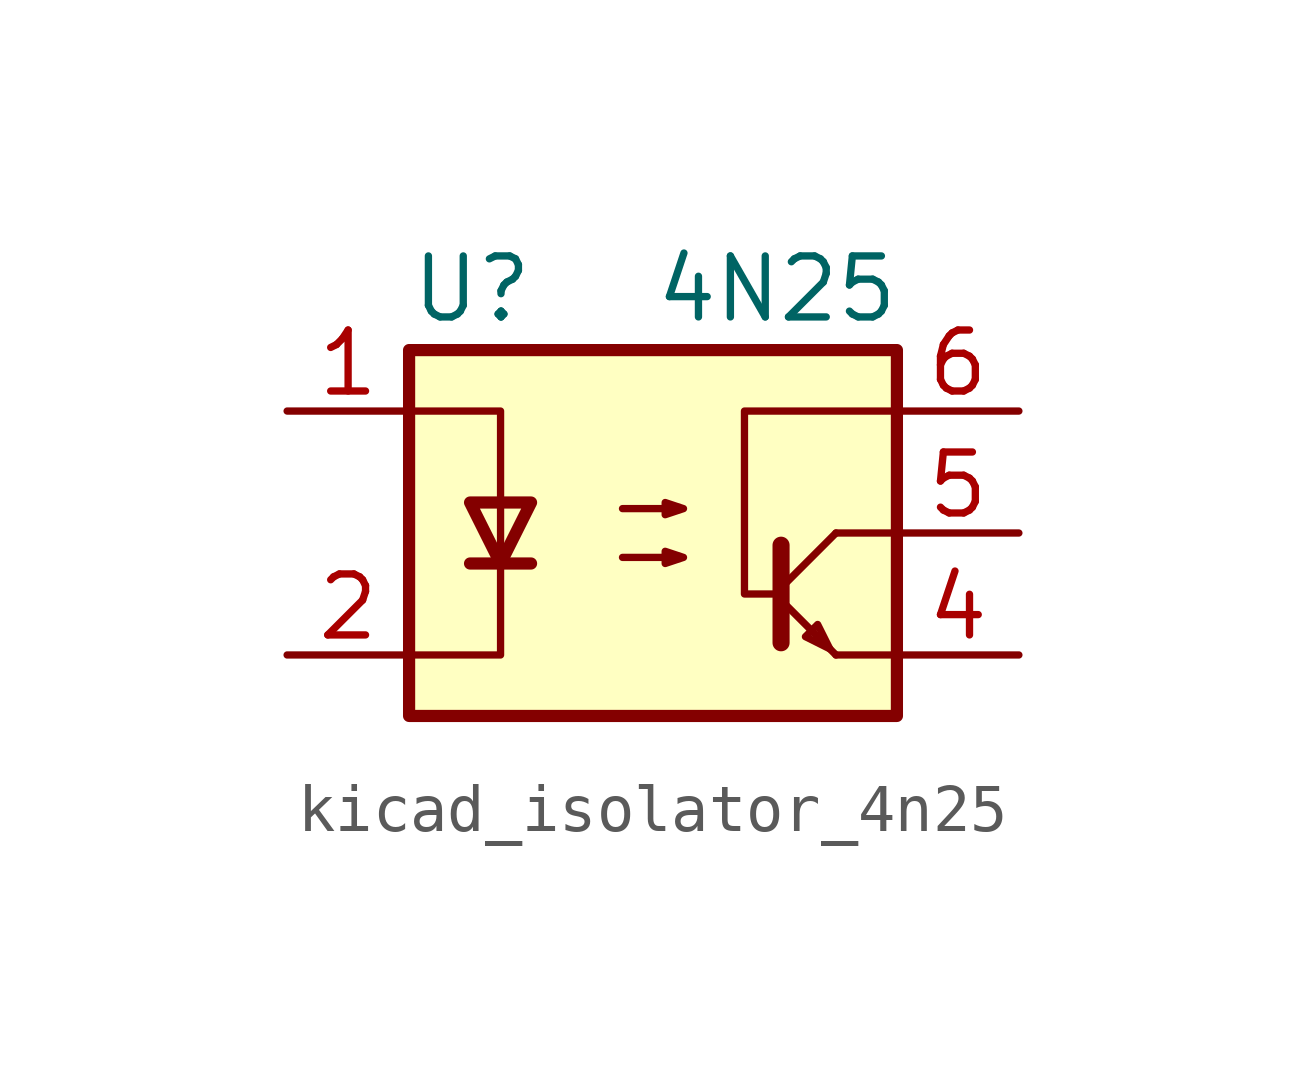
<source format=kicad_sym>
(kicad_symbol_lib
  (version 20220914)
  (generator kicad_symbol_editor)
  (symbol "kicad_isolator_4n25"
    (pin_names
      (offset 1.016))
    (property "Reference" "U"
      (at -5.08 5.08 0)
      (effects (font (size 1.27 1.27)) (justify left)))
    (property "Value" "4N25"
      (at 0 5.08 0)
      (effects (font (size 1.27 1.27)) (justify left)))
    (symbol "kicad_isolator_4n25_0_1"
      (rectangle (start -5.08 3.81) (end 5.08 -3.81) (stroke (width 0.254) (type default)) (fill (type background)))
      (polyline (pts (xy -3.81 -0.635) (xy -2.54 -0.635)) (stroke (width 0.254) (type default)) (fill (type none)))
      (polyline (pts (xy 2.667 -1.397) (xy 3.81 -2.54)) (stroke (width 0) (type default)) (fill (type none)))
      (polyline (pts (xy 2.667 -1.143) (xy 3.81 0)) (stroke (width 0) (type default)) (fill (type none)))
      (polyline (pts (xy 3.81 -2.54) (xy 5.08 -2.54)) (stroke (width 0) (type default)) (fill (type none)))
      (polyline (pts (xy 3.81 0) (xy 5.08 0)) (stroke (width 0) (type default)) (fill (type none)))
      (polyline (pts (xy 2.667 -0.254) (xy 2.667 -2.286) (xy 2.667 -2.286)) (stroke (width 0.356) (type default)) (fill (type none)))
      (polyline (pts (xy -5.08 -2.54) (xy -3.175 -2.54) (xy -3.175 2.54) (xy -5.08 2.54)) (stroke (width 0) (type default)) (fill (type none)))
      (polyline (pts (xy -3.175 -0.635) (xy -3.81 0.635) (xy -2.54 0.635) (xy -3.175 -0.635)) (stroke (width 0.254) (type default)) (fill (type none)))
      (polyline (pts (xy 3.683 -2.413) (xy 3.429 -1.905) (xy 3.175 -2.159) (xy 3.683 -2.413)) (stroke (width 0) (type default)) (fill (type none)))
      (polyline (pts (xy 5.08 2.54) (xy 1.905 2.54) (xy 1.905 -1.27) (xy 2.54 -1.27)) (stroke (width 0) (type default)) (fill (type none)))
      (polyline (pts (xy -0.635 -0.508) (xy 0.635 -0.508) (xy 0.254 -0.635) (xy 0.254 -0.381) (xy 0.635 -0.508)) (stroke (width 0) (type default)) (fill (type none)))
      (polyline (pts (xy -0.635 0.508) (xy 0.635 0.508) (xy 0.254 0.381) (xy 0.254 0.635) (xy 0.635 0.508)) (stroke (width 0) (type default)) (fill (type none))))
    (symbol "kicad_isolator_4n25_1_1"
      (pin passive line (at -7.62 2.54 0) (length 2.54) (name "~" (effects (font (size 1.27 1.27)))) (number "1" (effects (font (size 1.27 1.27)))))
      (pin passive line (at -7.62 -2.54 0) (length 2.54) (name "~" (effects (font (size 1.27 1.27)))) (number "2" (effects (font (size 1.27 1.27)))))
      (pin no_connect line (at -5.08 0 0) (length 2.54) hide (name "NC" (effects (font (size 1.27 1.27)))) (number "3" (effects (font (size 1.27 1.27)))))
      (pin passive line (at 7.62 -2.54 180) (length 2.54) (name "~" (effects (font (size 1.27 1.27)))) (number "4" (effects (font (size 1.27 1.27)))))
      (pin passive line (at 7.62 0 180) (length 2.54) (name "~" (effects (font (size 1.27 1.27)))) (number "5" (effects (font (size 1.27 1.27)))))
      (pin passive line (at 7.62 2.54 180) (length 2.54) (name "~" (effects (font (size 1.27 1.27)))) (number "6" (effects (font (size 1.27 1.27))))))))
</source>
